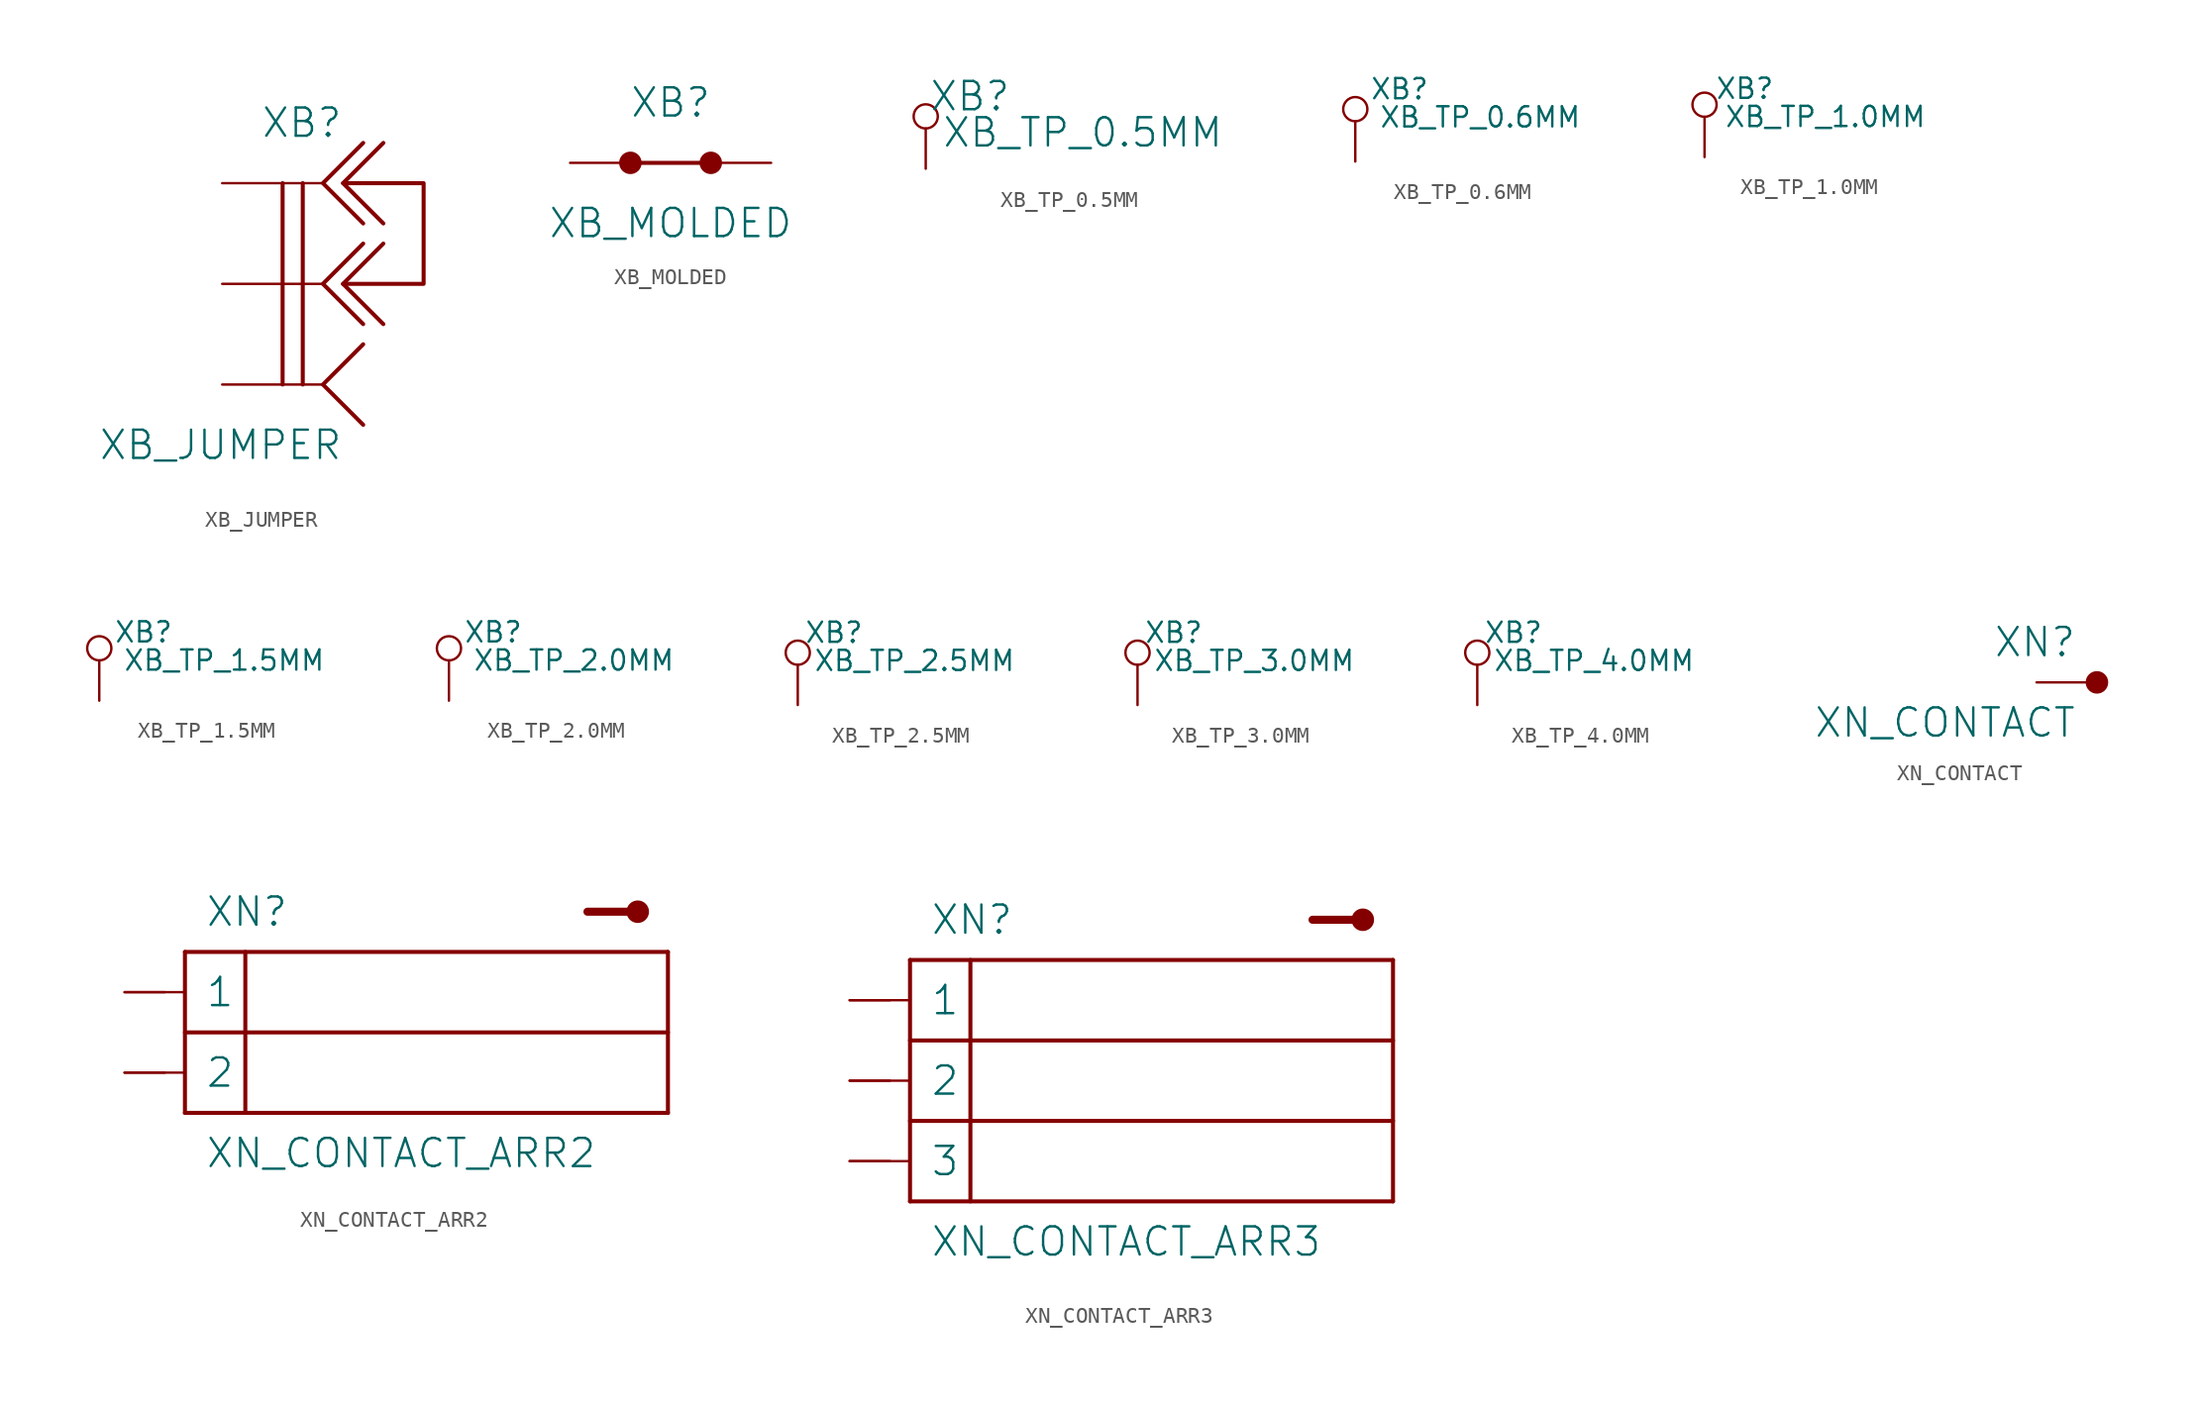
<source format=kicad_sym>
(kicad_symbol_lib
  (version 20211014)
  (generator kicad_symbol_editor)
  (symbol "XB_JUMPER"
    (pin_names
      (offset 0))
    (property "Reference" "XB"
      (at 2.54 10.16 0)
      (effects (font (size 1.778 1.778)) (justify right)))
    (property "Value" "XB_JUMPER"
      (at 2.54 -10.16 0)
      (effects (font (size 1.778 1.778)) (justify right)))
    (symbol "XB_JUMPER_0_0"
      (polyline (pts (xy -1.27 6.35) (xy -1.27 -6.35)) (stroke (width 0.254) (type default) (color 0 0 0 0)) (fill (type none)))
      (polyline (pts (xy 0 6.35) (xy 0 -6.35)) (stroke (width 0.254) (type default) (color 0 0 0 0)) (fill (type none)))
      (polyline (pts (xy 1.27 -6.35) (xy -5.08 -6.35)) (stroke (width 0) (type default) (color 0 0 0 0)) (fill (type none)))
      (polyline (pts (xy 1.27 0) (xy -5.08 0)) (stroke (width 0) (type default) (color 0 0 0 0)) (fill (type none)))
      (polyline (pts (xy 1.27 6.35) (xy -5.08 6.35)) (stroke (width 0) (type default) (color 0 0 0 0)) (fill (type none)))
      (polyline (pts (xy 3.81 -3.81) (xy 1.27 -6.35) (xy 3.81 -8.89)) (stroke (width 0.254) (type default) (color 0 0 0 0)) (fill (type none)))
      (polyline (pts (xy 3.81 2.54) (xy 1.27 0) (xy 3.81 -2.54)) (stroke (width 0.254) (type default) (color 0 0 0 0)) (fill (type none)))
      (polyline (pts (xy 3.81 8.89) (xy 1.27 6.35) (xy 3.81 3.81)) (stroke (width 0.254) (type default) (color 0 0 0 0)) (fill (type none)))
      (polyline (pts (xy 5.08 2.54) (xy 2.54 0) (xy 5.08 -2.54)) (stroke (width 0.254) (type default) (color 0 0 0 0)) (fill (type none)))
      (polyline (pts (xy 5.08 8.89) (xy 2.54 6.35) (xy 5.08 3.81)) (stroke (width 0.254) (type default) (color 0 0 0 0)) (fill (type none)))
      (polyline (pts (xy 2.54 6.35) (xy 7.62 6.35) (xy 7.62 0) (xy 2.54 0)) (stroke (width 0.254) (type default) (color 0 0 0 0)) (fill (type none))))
    (symbol "XB_JUMPER_1_1"
      (pin passive line (at -5.08 6.35 0) (length 2.54) hide (name "~" (effects (font (size 1.27 1.27)))) (number "1" (effects (font (size 1.27 1.27)))))
      (pin passive line (at -5.08 0 0) (length 2.54) hide (name "~" (effects (font (size 1.27 1.27)))) (number "2" (effects (font (size 1.27 1.27)))))
      (pin passive line (at -5.08 -6.35 0) (length 2.54) hide (name "~" (effects (font (size 1.27 1.27)))) (number "3" (effects (font (size 1.27 1.27)))))))
  (symbol "XB_MOLDED"
    (pin_names
      (offset 0))
    (property "Reference" "XB"
      (at 0 3.81 0)
      (effects (font (size 1.778 1.778))))
    (property "Value" "XB_MOLDED"
      (at 0 -3.81 0)
      (effects (font (size 1.778 1.778))))
    (symbol "XB_MOLDED_0_1"
      (circle (center -2.54 0) (radius 0.635) (stroke (width 0) (type default) (color 0 0 0 0)) (fill (type outline)))
      (polyline (pts (xy -6.35 0) (xy -3.175 0)) (stroke (width 0) (type default) (color 0 0 0 0)) (fill (type none)))
      (polyline (pts (xy -1.905 0) (xy 1.905 0)) (stroke (width 0.254) (type default) (color 0 0 0 0)) (fill (type none)))
      (polyline (pts (xy 3.175 0) (xy 6.35 0)) (stroke (width 0) (type default) (color 0 0 0 0)) (fill (type none)))
      (circle (center 2.54 0) (radius 0.635) (stroke (width 0) (type default) (color 0 0 0 0)) (fill (type outline))))
    (symbol "XB_MOLDED_1_1"
      (pin passive line (at -6.35 0 0) (length 2.54) hide (name "~" (effects (font (size 1.27 1.27)))) (number "1" (effects (font (size 1.27 1.27)))))
      (pin passive line (at 6.35 0 180) (length 2.54) hide (name "~" (effects (font (size 1.27 1.27)))) (number "2" (effects (font (size 1.27 1.27)))))))
  (symbol "XB_TP_0.5MM"
    (pin_numbers hide)
    (pin_names hide)
    (property "Reference" "XB"
      (at 2.794 4.572 0)
      (effects (font (size 1.778 1.778))))
    (property "Value" "XB_TP_0.5MM"
      (at 9.906 2.286 0)
      (effects (font (size 1.778 1.778))))
    (symbol "XB_TP_0.5MM_0_1"
      (circle (center 0 3.302) (radius 0.762) (stroke (width 0) (type default) (color 0 0 0 0)) (fill (type none))))
    (symbol "XB_TP_0.5MM_1_1"
      (pin passive line (at 0 0 90) (length 2.54) (name "1" (effects (font (size 1.27 1.27)))) (number "1" (effects (font (size 1.27 1.27)))))))
  (symbol "XB_TP_0.6MM"
    (pin_numbers hide)
    (pin_names hide)
    (property "Reference" "XB"
      (at 2.794 4.572 0)
      (effects (font (size 1.27 1.27))))
    (property "Value" "XB_TP_0.6MM"
      (at 7.874 2.794 0)
      (effects (font (size 1.27 1.27))))
    (symbol "XB_TP_0.6MM_0_1"
      (circle (center 0 3.302) (radius 0.762) (stroke (width 0) (type default) (color 0 0 0 0)) (fill (type none))))
    (symbol "XB_TP_0.6MM_1_1"
      (pin passive line (at 0 0 90) (length 2.54) (name "1" (effects (font (size 1.27 1.27)))) (number "1" (effects (font (size 1.27 1.27)))))))
  (symbol "XB_TP_1.0MM"
    (pin_numbers hide)
    (pin_names hide)
    (property "Reference" "XB"
      (at 2.54 4.318 0)
      (effects (font (size 1.27 1.27))))
    (property "Value" "XB_TP_1.0MM"
      (at 7.62 2.54 0)
      (effects (font (size 1.27 1.27))))
    (symbol "XB_TP_1.0MM_0_1"
      (circle (center 0 3.302) (radius 0.762) (stroke (width 0) (type default) (color 0 0 0 0)) (fill (type none))))
    (symbol "XB_TP_1.0MM_1_1"
      (pin passive line (at 0 0 90) (length 2.54) (name "1" (effects (font (size 1.27 1.27)))) (number "1" (effects (font (size 1.27 1.27)))))))
  (symbol "XB_TP_1.5MM"
    (pin_numbers hide)
    (pin_names hide)
    (property "Reference" "XB"
      (at 2.794 4.318 0)
      (effects (font (size 1.27 1.27))))
    (property "Value" "XB_TP_1.5MM"
      (at 7.874 2.54 0)
      (effects (font (size 1.27 1.27))))
    (symbol "XB_TP_1.5MM_0_1"
      (circle (center 0 3.302) (radius 0.762) (stroke (width 0) (type default) (color 0 0 0 0)) (fill (type none))))
    (symbol "XB_TP_1.5MM_1_1"
      (pin passive line (at 0 0 90) (length 2.54) (name "1" (effects (font (size 1.27 1.27)))) (number "1" (effects (font (size 1.27 1.27)))))))
  (symbol "XB_TP_2.0MM"
    (pin_numbers hide)
    (pin_names hide)
    (property "Reference" "XB"
      (at 2.794 4.318 0)
      (effects (font (size 1.27 1.27))))
    (property "Value" "XB_TP_2.0MM"
      (at 7.874 2.54 0)
      (effects (font (size 1.27 1.27))))
    (symbol "XB_TP_2.0MM_0_1"
      (circle (center 0 3.302) (radius 0.762) (stroke (width 0) (type default) (color 0 0 0 0)) (fill (type none))))
    (symbol "XB_TP_2.0MM_1_1"
      (pin passive line (at 0 0 90) (length 2.54) (name "1" (effects (font (size 1.27 1.27)))) (number "1" (effects (font (size 1.27 1.27)))))))
  (symbol "XB_TP_2.5MM"
    (pin_numbers hide)
    (pin_names hide)
    (property "Reference" "XB"
      (at 2.286 4.572 0)
      (effects (font (size 1.27 1.27))))
    (property "Value" "XB_TP_2.5MM"
      (at 7.366 2.794 0)
      (effects (font (size 1.27 1.27))))
    (symbol "XB_TP_2.5MM_0_1"
      (circle (center 0 3.302) (radius 0.762) (stroke (width 0) (type default) (color 0 0 0 0)) (fill (type none))))
    (symbol "XB_TP_2.5MM_1_1"
      (pin passive line (at 0 0 90) (length 2.54) (name "1" (effects (font (size 1.27 1.27)))) (number "1" (effects (font (size 1.27 1.27)))))))
  (symbol "XB_TP_3.0MM"
    (pin_numbers hide)
    (pin_names hide)
    (property "Reference" "XB"
      (at 2.286 4.572 0)
      (effects (font (size 1.27 1.27))))
    (property "Value" "XB_TP_3.0MM"
      (at 7.366 2.794 0)
      (effects (font (size 1.27 1.27))))
    (symbol "XB_TP_3.0MM_0_1"
      (circle (center 0 3.302) (radius 0.762) (stroke (width 0) (type default) (color 0 0 0 0)) (fill (type none))))
    (symbol "XB_TP_3.0MM_1_1"
      (pin passive line (at 0 0 90) (length 2.54) (name "1" (effects (font (size 1.27 1.27)))) (number "1" (effects (font (size 1.27 1.27)))))))
  (symbol "XB_TP_4.0MM"
    (pin_numbers hide)
    (pin_names hide)
    (property "Reference" "XB"
      (at 2.286 4.572 0)
      (effects (font (size 1.27 1.27))))
    (property "Value" "XB_TP_4.0MM"
      (at 7.366 2.794 0)
      (effects (font (size 1.27 1.27))))
    (symbol "XB_TP_4.0MM_0_1"
      (circle (center 0 3.302) (radius 0.762) (stroke (width 0) (type default) (color 0 0 0 0)) (fill (type none))))
    (symbol "XB_TP_4.0MM_1_1"
      (pin passive line (at 0 0 90) (length 2.54) (name "1" (effects (font (size 1.27 1.27)))) (number "1" (effects (font (size 1.27 1.27)))))))
  (symbol "XN_CONTACT"
    (pin_names
      (offset 0))
    (property "Reference" "XN"
      (at 2.54 2.54 0)
      (effects (font (size 1.778 1.778)) (justify right)))
    (property "Value" "XN_CONTACT"
      (at 2.54 -2.54 0)
      (effects (font (size 1.778 1.778)) (justify right)))
    (symbol "XN_CONTACT_0_1"
      (polyline (pts (xy 0 0) (xy 3.175 0)) (stroke (width 0) (type default) (color 0 0 0 0)) (fill (type none)))
      (circle (center 3.81 0) (radius 0.635) (stroke (width 0) (type default) (color 0 0 0 0)) (fill (type outline))))
    (symbol "XN_CONTACT_1_1"
      (pin passive line (at 0 0 0) (length 2.54) hide (name "~" (effects (font (size 1.27 1.27)))) (number "1" (effects (font (size 1.27 1.27)))))))
  (symbol "XN_CONTACT_ARR2"
    (pin_numbers hide)
    (pin_names
      (offset 2.54))
    (property "Reference" "XN"
      (at -12.7 7.62 0)
      (effects (font (size 1.778 1.778)) (justify left)))
    (property "Value" "XN_CONTACT_ARR2"
      (at -12.7 -7.62 0)
      (effects (font (size 1.778 1.778)) (justify left)))
    (symbol "XN_CONTACT_ARR2_0_1"
      (polyline (pts (xy -17.78 -2.54) (xy -13.97 -2.54)) (stroke (width 0) (type default) (color 0 0 0 0)) (fill (type none)))
      (polyline (pts (xy -17.78 2.54) (xy -13.97 2.54)) (stroke (width 0) (type default) (color 0 0 0 0)) (fill (type none)))
      (polyline (pts (xy -13.97 -5.08) (xy 16.51 -5.08)) (stroke (width 0.254) (type default) (color 0 0 0 0)) (fill (type none)))
      (polyline (pts (xy -13.97 0) (xy 16.51 0)) (stroke (width 0.254) (type default) (color 0 0 0 0)) (fill (type none)))
      (polyline (pts (xy -13.97 5.08) (xy -13.97 -5.08)) (stroke (width 0.254) (type default) (color 0 0 0 0)) (fill (type none)))
      (polyline (pts (xy -13.97 5.08) (xy 16.51 5.08)) (stroke (width 0.254) (type default) (color 0 0 0 0)) (fill (type none)))
      (polyline (pts (xy -10.16 5.08) (xy -10.16 -5.08)) (stroke (width 0.254) (type default) (color 0 0 0 0)) (fill (type none)))
      (polyline (pts (xy 13.97 7.62) (xy 11.43 7.62)) (stroke (width 0.508) (type default) (color 0 0 0 0)) (fill (type none)))
      (polyline (pts (xy 16.51 5.08) (xy 16.51 -5.08)) (stroke (width 0.254) (type default) (color 0 0 0 0)) (fill (type none)))
      (circle (center 14.605 7.62) (radius 0.635) (stroke (width 0) (type default) (color 0 0 0 0)) (fill (type outline))))
    (symbol "XN_CONTACT_ARR2_1_1"
      (pin passive line (at -17.78 2.54 0) (length 2.54) (name "1" (effects (font (size 1.778 1.778)))) (number "1" (effects (font (size 1.27 1.27)))))
      (pin passive line (at -17.78 -2.54 0) (length 2.54) (name "2" (effects (font (size 1.778 1.778)))) (number "2" (effects (font (size 1.27 1.27)))))))
  (symbol "XN_CONTACT_ARR3"
    (pin_numbers hide)
    (pin_names
      (offset 2.54))
    (property "Reference" "XN"
      (at -12.7 10.16 0)
      (effects (font (size 1.778 1.778)) (justify left)))
    (property "Value" "XN_CONTACT_ARR3"
      (at -12.7 -10.16 0)
      (effects (font (size 1.778 1.778)) (justify left)))
    (symbol "XN_CONTACT_ARR3_0_1"
      (polyline (pts (xy -17.78 -5.08) (xy -13.97 -5.08)) (stroke (width 0) (type default) (color 0 0 0 0)) (fill (type none)))
      (polyline (pts (xy -17.78 0) (xy -13.97 0)) (stroke (width 0) (type default) (color 0 0 0 0)) (fill (type none)))
      (polyline (pts (xy -17.78 5.08) (xy -13.97 5.08)) (stroke (width 0) (type default) (color 0 0 0 0)) (fill (type none)))
      (polyline (pts (xy -13.97 -7.62) (xy 16.51 -7.62)) (stroke (width 0.254) (type default) (color 0 0 0 0)) (fill (type none)))
      (polyline (pts (xy -13.97 2.54) (xy 16.51 2.54)) (stroke (width 0.254) (type default) (color 0 0 0 0)) (fill (type none)))
      (polyline (pts (xy -13.97 7.62) (xy -13.97 -7.62)) (stroke (width 0.254) (type default) (color 0 0 0 0)) (fill (type none)))
      (polyline (pts (xy -13.97 7.62) (xy 16.51 7.62)) (stroke (width 0.254) (type default) (color 0 0 0 0)) (fill (type none)))
      (polyline (pts (xy -10.16 7.62) (xy -10.16 -7.62)) (stroke (width 0.254) (type default) (color 0 0 0 0)) (fill (type none)))
      (polyline (pts (xy 13.97 10.16) (xy 11.43 10.16)) (stroke (width 0.508) (type default) (color 0 0 0 0)) (fill (type none)))
      (polyline (pts (xy 16.51 7.62) (xy 16.51 -7.62)) (stroke (width 0.254) (type default) (color 0 0 0 0)) (fill (type none)))
      (circle (center 14.605 10.16) (radius 0.635) (stroke (width 0) (type default) (color 0 0 0 0)) (fill (type outline))))
    (symbol "XN_CONTACT_ARR3_1_1"
      (polyline (pts (xy -13.97 -2.54) (xy 16.51 -2.54)) (stroke (width 0.254) (type default) (color 0 0 0 0)) (fill (type none)))
      (pin passive line (at -17.78 5.08 0) (length 2.54) (name "1" (effects (font (size 1.778 1.778)))) (number "1" (effects (font (size 1.27 1.27)))))
      (pin passive line (at -17.78 0 0) (length 2.54) (name "2" (effects (font (size 1.778 1.778)))) (number "2" (effects (font (size 1.27 1.27)))))
      (pin passive line (at -17.78 -5.08 0) (length 2.54) (name "3" (effects (font (size 1.778 1.778)))) (number "3" (effects (font (size 1.27 1.27))))))))
</source>
